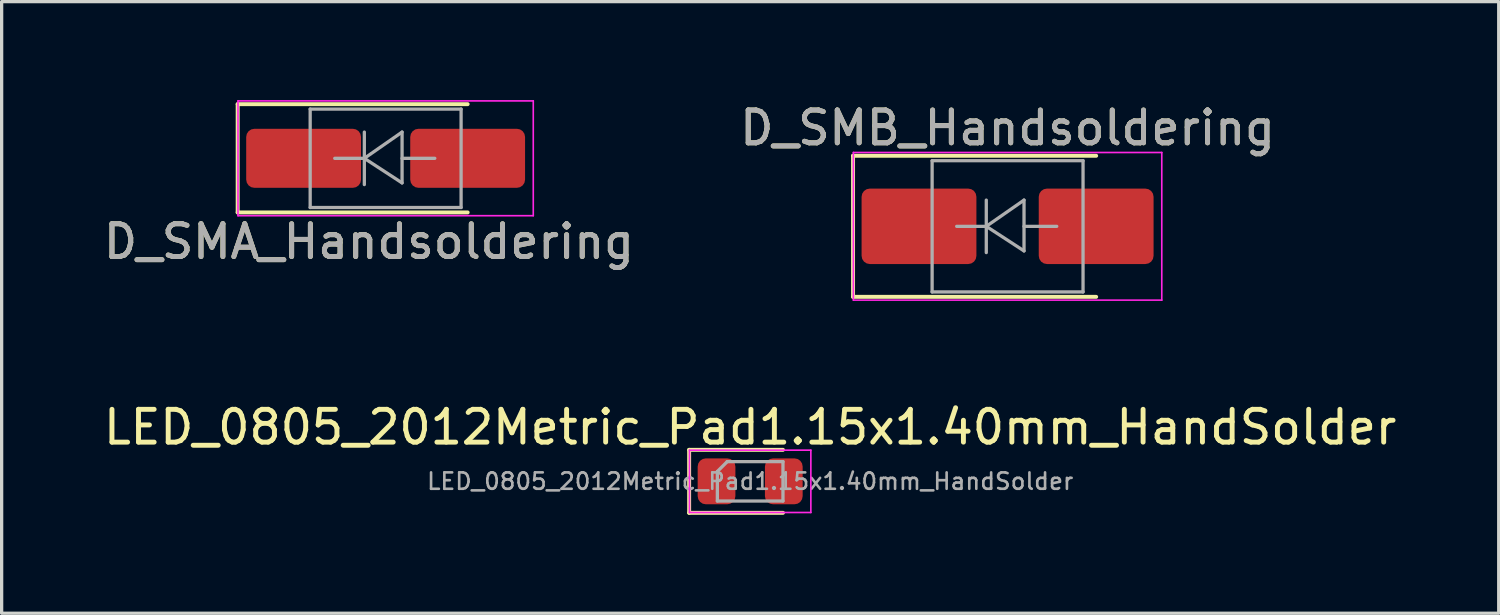
<source format=kicad_pcb>
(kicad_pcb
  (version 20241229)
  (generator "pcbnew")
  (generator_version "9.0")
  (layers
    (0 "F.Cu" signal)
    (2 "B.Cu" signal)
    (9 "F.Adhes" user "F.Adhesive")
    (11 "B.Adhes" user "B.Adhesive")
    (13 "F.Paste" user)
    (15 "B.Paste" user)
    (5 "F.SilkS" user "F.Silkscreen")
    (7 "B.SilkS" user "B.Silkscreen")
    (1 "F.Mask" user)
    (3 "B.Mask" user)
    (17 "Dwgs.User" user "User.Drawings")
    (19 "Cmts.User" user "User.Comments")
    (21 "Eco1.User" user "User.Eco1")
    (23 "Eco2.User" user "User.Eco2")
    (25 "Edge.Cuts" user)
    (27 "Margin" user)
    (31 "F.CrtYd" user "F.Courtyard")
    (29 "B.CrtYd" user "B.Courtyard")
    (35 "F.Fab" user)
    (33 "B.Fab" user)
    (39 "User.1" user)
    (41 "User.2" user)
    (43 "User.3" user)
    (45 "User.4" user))
  (footprint "D_SMA_Handsoldering"
    (layer "F.Cu")
    (at 8.704 1.775)
    (property "Reference" "D_SMA_Handsoldering" (at -0.508 2.54 180) (layer "F.SilkS") (effects (font (size 1 1) (thickness 0.15))))
    (attr smd)
    (fp_line (start -4.51 -1.65) (end -4.51 1.65) (stroke (width 0.12) (type solid)) (layer "F.SilkS"))
    (fp_line (start -4.51 -1.65) (end 2.5 -1.65) (stroke (width 0.12) (type solid)) (layer "F.SilkS"))
    (fp_line (start -4.51 1.65) (end 2.5 1.65) (stroke (width 0.12) (type solid)) (layer "F.SilkS"))
    (fp_line (start -4.5 -1.75) (end 4.5 -1.75) (stroke (width 0.05) (type solid)) (layer "F.CrtYd"))
    (fp_line (start -4.5 1.75) (end -4.5 -1.75) (stroke (width 0.05) (type solid)) (layer "F.CrtYd"))
    (fp_line (start 4.5 -1.75) (end 4.5 1.75) (stroke (width 0.05) (type solid)) (layer "F.CrtYd"))
    (fp_line (start 4.5 1.75) (end -4.5 1.75) (stroke (width 0.05) (type solid)) (layer "F.CrtYd"))
    (fp_line (start -2.3 1.5) (end -2.3 -1.5) (stroke (width 0.1) (type solid)) (layer "F.Fab"))
    (fp_line (start -0.649 -0.799) (end -0.649 0.801) (stroke (width 0.1) (type solid)) (layer "F.Fab"))
    (fp_line (start -0.649 0.001) (end -1.551 0.001) (stroke (width 0.1) (type solid)) (layer "F.Fab"))
    (fp_line (start -0.649 0.001) (end 0.501 -0.799) (stroke (width 0.1) (type solid)) (layer "F.Fab"))
    (fp_line (start -0.649 0.001) (end 0.501 0.75) (stroke (width 0.1) (type solid)) (layer "F.Fab"))
    (fp_line (start 0.501 0.001) (end 1.499 0.001) (stroke (width 0.1) (type solid)) (layer "F.Fab"))
    (fp_line (start 0.501 0.75) (end 0.501 -0.799) (stroke (width 0.1) (type solid)) (layer "F.Fab"))
    (fp_line (start 2.3 -1.5) (end -2.3 -1.5) (stroke (width 0.1) (type solid)) (layer "F.Fab"))
    (fp_line (start 2.3 -1.5) (end 2.3 1.5) (stroke (width 0.1) (type solid)) (layer "F.Fab"))
    (fp_line (start 2.3 1.5) (end -2.3 1.5) (stroke (width 0.1) (type solid)) (layer "F.Fab"))
    (fp_text user "${REFERENCE}" (at -0.508 2.54 180) (layer "F.Fab") (effects (font (size 1 1) (thickness 0.15))))
    (pad "1" smd roundrect (at -2.5 0) (size 3.5 1.8) (layers "F.Cu" "F.Mask" "F.Paste") (roundrect_rratio 0.139))
    (pad "2" smd roundrect (at 2.5 0) (size 3.5 1.8) (layers "F.Cu" "F.Mask" "F.Paste") (roundrect_rratio 0.139)))
  (footprint "LED_0805_2012Metric_Pad1.15x1.40mm_HandSolder"
    (layer "F.Cu")
    (at 19.815 11.621)
    (property "Reference" "LED_0805_2012Metric_Pad1.15x1.40mm_HandSolder" (at 0 -1.65 0) (layer "F.SilkS") (effects (font (size 1 1) (thickness 0.15))))
    (attr smd)
    (fp_line (start -1.86 -0.96) (end -1.86 0.96) (stroke (width 0.12) (type solid)) (layer "F.SilkS"))
    (fp_line (start -1.86 0.96) (end 1 0.96) (stroke (width 0.12) (type solid)) (layer "F.SilkS"))
    (fp_line (start 1 -0.96) (end -1.86 -0.96) (stroke (width 0.12) (type solid)) (layer "F.SilkS"))
    (fp_line (start -1.85 -0.95) (end 1.85 -0.95) (stroke (width 0.05) (type solid)) (layer "F.CrtYd"))
    (fp_line (start -1.85 0.95) (end -1.85 -0.95) (stroke (width 0.05) (type solid)) (layer "F.CrtYd"))
    (fp_line (start 1.85 -0.95) (end 1.85 0.95) (stroke (width 0.05) (type solid)) (layer "F.CrtYd"))
    (fp_line (start 1.85 0.95) (end -1.85 0.95) (stroke (width 0.05) (type solid)) (layer "F.CrtYd"))
    (fp_line (start -1 -0.3) (end -1 0.6) (stroke (width 0.1) (type solid)) (layer "F.Fab"))
    (fp_line (start -1 0.6) (end 1 0.6) (stroke (width 0.1) (type solid)) (layer "F.Fab"))
    (fp_line (start -0.7 -0.6) (end -1 -0.3) (stroke (width 0.1) (type solid)) (layer "F.Fab"))
    (fp_line (start 1 -0.6) (end -0.7 -0.6) (stroke (width 0.1) (type solid)) (layer "F.Fab"))
    (fp_line (start 1 0.6) (end 1 -0.6) (stroke (width 0.1) (type solid)) (layer "F.Fab"))
    (fp_text user "${REFERENCE}" (at 0 0 0) (layer "F.Fab") (effects (font (size 0.5 0.5) (thickness 0.08))))
    (pad "1" smd roundrect (at -1.025 0) (size 1.15 1.4) (layers "F.Cu" "F.Mask" "F.Paste") (roundrect_rratio 0.217))
    (pad "2" smd roundrect (at 1.025 0) (size 1.15 1.4) (layers "F.Cu" "F.Mask" "F.Paste") (roundrect_rratio 0.217)))
  (footprint "D_SMB_Handsoldering"
    (layer "F.Cu")
    (at 27.661 3.848)
    (property "Reference" "D_SMB_Handsoldering" (at 0 -3 0) (layer "F.SilkS") (effects (font (size 1 1) (thickness 0.15))))
    (attr smd)
    (fp_line (start -4.71 -2.15) (end -4.71 2.15) (stroke (width 0.12) (type solid)) (layer "F.SilkS"))
    (fp_line (start -4.71 -2.15) (end 2.7 -2.15) (stroke (width 0.12) (type solid)) (layer "F.SilkS"))
    (fp_line (start -4.71 2.15) (end 2.7 2.15) (stroke (width 0.12) (type solid)) (layer "F.SilkS"))
    (fp_line (start -4.7 -2.25) (end 4.7 -2.25) (stroke (width 0.05) (type solid)) (layer "F.CrtYd"))
    (fp_line (start -4.7 2.25) (end -4.7 -2.25) (stroke (width 0.05) (type solid)) (layer "F.CrtYd"))
    (fp_line (start 4.7 -2.25) (end 4.7 2.25) (stroke (width 0.05) (type solid)) (layer "F.CrtYd"))
    (fp_line (start 4.7 2.25) (end -4.7 2.25) (stroke (width 0.05) (type solid)) (layer "F.CrtYd"))
    (fp_line (start -2.3 2) (end -2.3 -2) (stroke (width 0.1) (type solid)) (layer "F.Fab"))
    (fp_line (start -0.649 -0.799) (end -0.649 0.801) (stroke (width 0.1) (type solid)) (layer "F.Fab"))
    (fp_line (start -0.649 0.001) (end -1.551 0.001) (stroke (width 0.1) (type solid)) (layer "F.Fab"))
    (fp_line (start -0.649 0.001) (end 0.501 -0.799) (stroke (width 0.1) (type solid)) (layer "F.Fab"))
    (fp_line (start -0.649 0.001) (end 0.501 0.75) (stroke (width 0.1) (type solid)) (layer "F.Fab"))
    (fp_line (start 0.501 0.001) (end 1.499 0.001) (stroke (width 0.1) (type solid)) (layer "F.Fab"))
    (fp_line (start 0.501 0.75) (end 0.501 -0.799) (stroke (width 0.1) (type solid)) (layer "F.Fab"))
    (fp_line (start 2.3 -2) (end -2.3 -2) (stroke (width 0.1) (type solid)) (layer "F.Fab"))
    (fp_line (start 2.3 -2) (end 2.3 2) (stroke (width 0.1) (type solid)) (layer "F.Fab"))
    (fp_line (start 2.3 2) (end -2.3 2) (stroke (width 0.1) (type solid)) (layer "F.Fab"))
    (fp_text user "${REFERENCE}" (at 0 -3 0) (layer "F.Fab") (effects (font (size 1 1) (thickness 0.15))))
    (pad "1" smd roundrect (at -2.7 0) (size 3.5 2.3) (layers "F.Cu" "F.Mask" "F.Paste") (roundrect_rratio 0.109))
    (pad "2" smd roundrect (at 2.7 0) (size 3.5 2.3) (layers "F.Cu" "F.Mask" "F.Paste") (roundrect_rratio 0.109)))
  (gr_rect
    (start -3 -3)
    (end 42.631 15.642)
    (stroke (width 0.1) (type default))
    (fill no)
    (layer "Edge.Cuts")))
</source>
